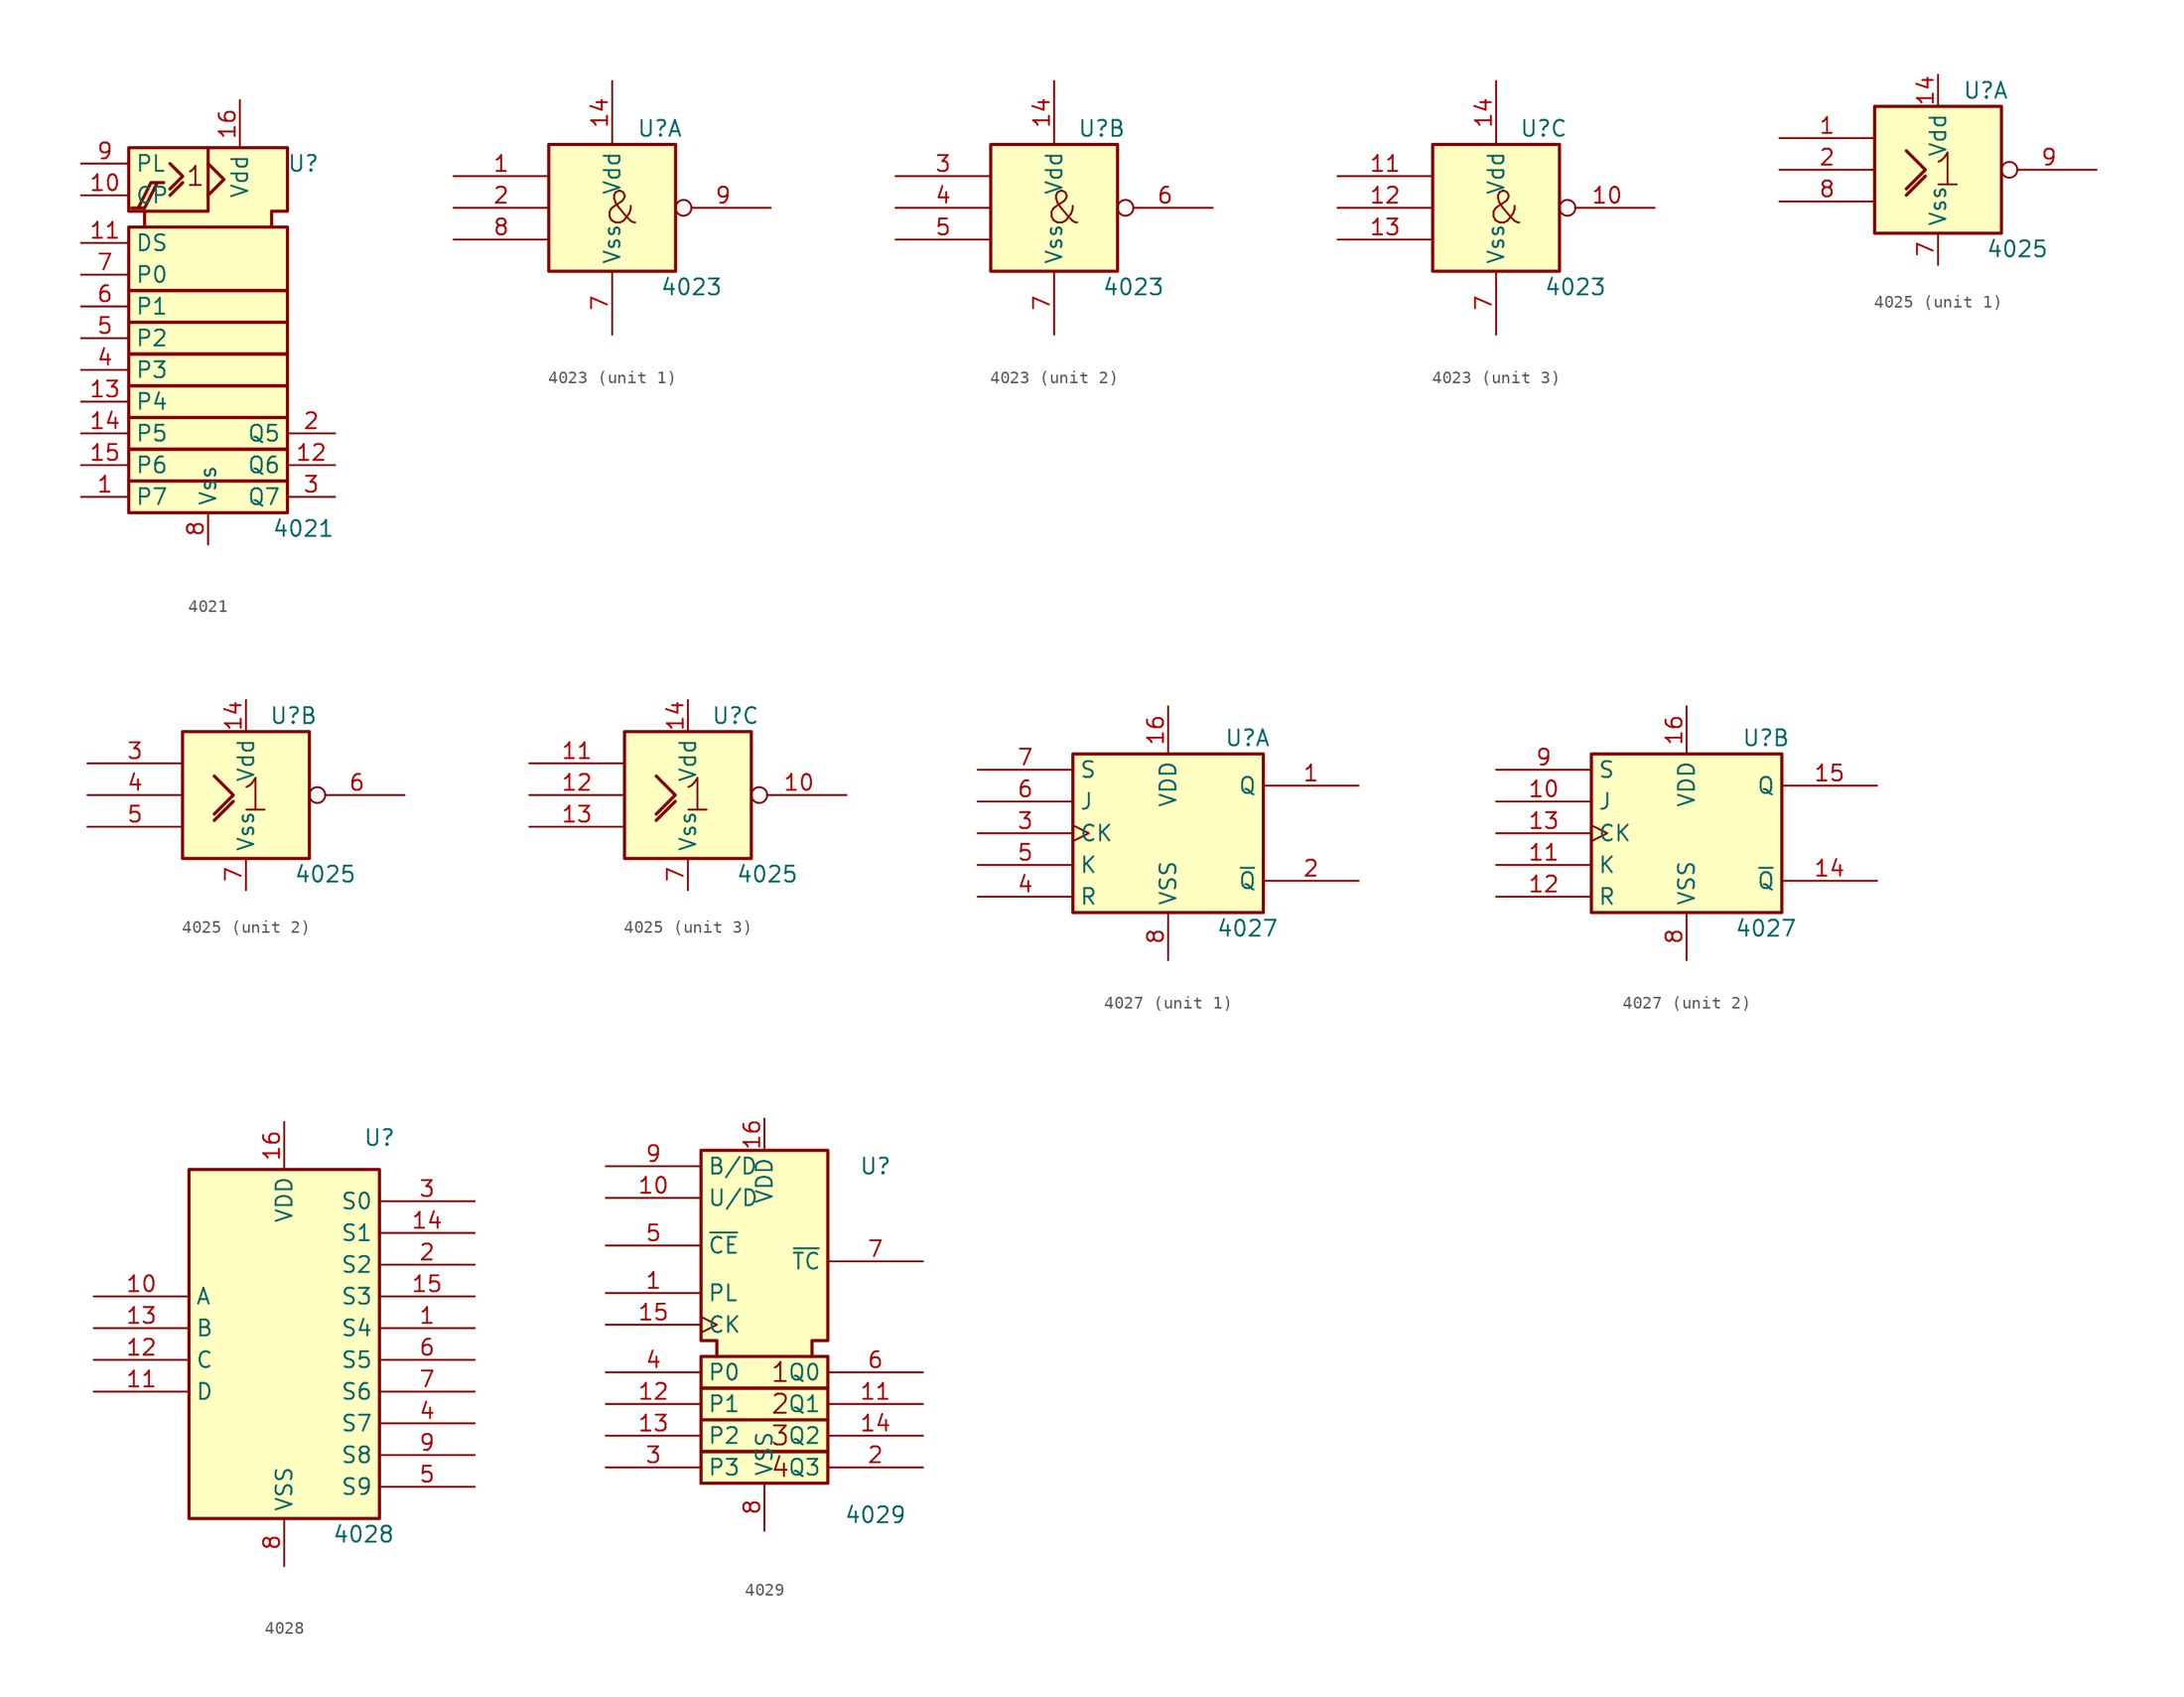
<source format=kicad_sym>
(kicad_symbol_lib
  (version 20241209)
  (generator "kicad_symbol_editor")
  (generator_version "9.0")
  (symbol "4021"
    (property "Reference" "U"
      (at 7.62 7.62 0)
      (effects (font (size 1.27 1.27))))
    (property "Value" "4021"
      (at 7.62 -21.59 0)
      (effects (font (size 1.27 1.27))))
    (symbol "4021_0_0"
      (polyline (pts (xy -6.096 4.064) (xy -5.08 4.064) (xy -4.064 6.096) (xy -3.556 6.096) (xy -4.572 6.096) (xy -5.588 4.064) (xy -5.588 4.064)) (stroke (width 0.254) (type default)) (fill (type background)))
      (text "1" (at -1.016 6.604 0) (effects (font (size 1.524 1.524)))))
    (symbol "4021_0_1"
      (rectangle (start -6.35 2.54) (end 6.35 -2.54) (stroke (width 0.254) (type default)) (fill (type background)))
      (rectangle (start -6.35 -2.54) (end 6.35 -5.08) (stroke (width 0.254) (type default)) (fill (type background)))
      (rectangle (start -6.35 -5.08) (end 6.35 -7.62) (stroke (width 0.254) (type default)) (fill (type background)))
      (rectangle (start -6.35 -7.62) (end 6.35 -10.16) (stroke (width 0.254) (type default)) (fill (type background)))
      (rectangle (start -6.35 -10.16) (end 6.35 -12.7) (stroke (width 0.254) (type default)) (fill (type background)))
      (rectangle (start -6.35 -12.7) (end 6.35 -15.24) (stroke (width 0.254) (type default)) (fill (type background)))
      (rectangle (start -6.35 -15.24) (end 6.35 -17.78) (stroke (width 0.254) (type default)) (fill (type background)))
      (rectangle (start -6.35 -17.78) (end 6.35 -20.32) (stroke (width 0.254) (type default)) (fill (type background)))
      (polyline (pts (xy -5.08 2.54) (xy -5.08 3.81) (xy -6.35 3.81) (xy -6.35 8.89) (xy 6.35 8.89) (xy 6.35 3.81) (xy 5.08 3.81) (xy 5.08 2.54) (xy 5.08 2.54)) (stroke (width 0.254) (type default)) (fill (type background)))
      (polyline (pts (xy -3.048 7.62) (xy -2.032 6.604) (xy -3.048 5.588) (xy -3.048 5.588)) (stroke (width 0.254) (type default)) (fill (type background)))
      (polyline (pts (xy -3.048 5.08) (xy -2.032 6.096) (xy -2.032 6.096)) (stroke (width 0.254) (type default)) (fill (type background)))
      (polyline (pts (xy 0 8.89) (xy 0 3.81) (xy -5.08 3.81) (xy -5.08 3.81)) (stroke (width 0.254) (type default)) (fill (type background)))
      (polyline (pts (xy 0 7.62) (xy 1.27 6.35) (xy 0 5.08) (xy 0 5.08)) (stroke (width 0.254) (type default)) (fill (type background)))
      (pin power_in line (at 0 -22.86 90) (length 2.54) (name "Vss" (effects (font (size 1.27 1.27)))) (number "8" (effects (font (size 1.27 1.27)))))
      (pin power_in line (at 2.54 12.7 270) (length 3.81) (name "Vdd" (effects (font (size 1.27 1.27)))) (number "16" (effects (font (size 1.27 1.27))))))
    (symbol "4021_1_1"
      (pin output line (at -10.16 7.62 0) (length 3.81) (name "PL" (effects (font (size 1.27 1.27)))) (number "9" (effects (font (size 1.27 1.27)))))
      (pin output line (at -10.16 5.08 0) (length 3.81) (name "CP" (effects (font (size 1.27 1.27)))) (number "10" (effects (font (size 1.27 1.27)))))
      (pin output line (at -10.16 1.27 0) (length 3.81) (name "DS" (effects (font (size 1.27 1.27)))) (number "11" (effects (font (size 1.27 1.27)))))
      (pin input line (at -10.16 -1.27 0) (length 3.81) (name "P0" (effects (font (size 1.27 1.27)))) (number "7" (effects (font (size 1.27 1.27)))))
      (pin input line (at -10.16 -3.81 0) (length 3.81) (name "P1" (effects (font (size 1.27 1.27)))) (number "6" (effects (font (size 1.27 1.27)))))
      (pin input line (at -10.16 -6.35 0) (length 3.81) (name "P2" (effects (font (size 1.27 1.27)))) (number "5" (effects (font (size 1.27 1.27)))))
      (pin input line (at -10.16 -8.89 0) (length 3.81) (name "P3" (effects (font (size 1.27 1.27)))) (number "4" (effects (font (size 1.27 1.27)))))
      (pin input line (at -10.16 -11.43 0) (length 3.81) (name "P4" (effects (font (size 1.27 1.27)))) (number "13" (effects (font (size 1.27 1.27)))))
      (pin input line (at -10.16 -13.97 0) (length 3.81) (name "P5" (effects (font (size 1.27 1.27)))) (number "14" (effects (font (size 1.27 1.27)))))
      (pin input line (at -10.16 -16.51 0) (length 3.81) (name "P6" (effects (font (size 1.27 1.27)))) (number "15" (effects (font (size 1.27 1.27)))))
      (pin input line (at -10.16 -19.05 0) (length 3.81) (name "P7" (effects (font (size 1.27 1.27)))) (number "1" (effects (font (size 1.27 1.27)))))
      (pin output line (at 10.16 -13.97 180) (length 3.81) (name "Q5" (effects (font (size 1.27 1.27)))) (number "2" (effects (font (size 1.27 1.27)))))
      (pin output line (at 10.16 -16.51 180) (length 3.81) (name "Q6" (effects (font (size 1.27 1.27)))) (number "12" (effects (font (size 1.27 1.27)))))
      (pin output line (at 10.16 -19.05 180) (length 3.81) (name "Q7" (effects (font (size 1.27 1.27)))) (number "3" (effects (font (size 1.27 1.27)))))))
  (symbol "4023"
    (property "Reference" "U"
      (at 3.81 6.35 0)
      (effects (font (size 1.27 1.27))))
    (property "Value" "4023"
      (at 6.35 -6.35 0)
      (effects (font (size 1.27 1.27))))
    (symbol "4023_0_0"
      (rectangle (start -5.08 5.08) (end 5.08 -5.08) (stroke (width 0.254) (type default)) (fill (type background)))
      (text "&" (at 0.762 0 0) (effects (font (size 2.54 2.54)))))
    (symbol "4023_0_1"
      (pin power_in line (at 0 10.16 270) (length 5.08) (name "Vdd" (effects (font (size 1.27 1.27)))) (number "14" (effects (font (size 1.27 1.27)))))
      (pin power_in line (at 0 -10.16 90) (length 5.08) (name "Vss" (effects (font (size 1.27 1.27)))) (number "7" (effects (font (size 1.27 1.27))))))
    (symbol "4023_1_1"
      (pin input line (at -12.7 2.54 0) (length 7.62) (name "~" (effects (font (size 1.27 1.27)))) (number "1" (effects (font (size 1.27 1.27)))))
      (pin input line (at -12.7 0 0) (length 7.62) (name "~" (effects (font (size 1.27 1.27)))) (number "2" (effects (font (size 1.27 1.27)))))
      (pin input line (at -12.7 -2.54 0) (length 7.62) (name "~" (effects (font (size 1.27 1.27)))) (number "8" (effects (font (size 1.27 1.27)))))
      (pin output inverted (at 12.7 0 180) (length 7.62) (name "~" (effects (font (size 1.27 1.27)))) (number "9" (effects (font (size 1.27 1.27))))))
    (symbol "4023_2_1"
      (pin input line (at -12.7 2.54 0) (length 7.62) (name "~" (effects (font (size 1.27 1.27)))) (number "3" (effects (font (size 1.27 1.27)))))
      (pin input line (at -12.7 0 0) (length 7.62) (name "~" (effects (font (size 1.27 1.27)))) (number "4" (effects (font (size 1.27 1.27)))))
      (pin input line (at -12.7 -2.54 0) (length 7.62) (name "~" (effects (font (size 1.27 1.27)))) (number "5" (effects (font (size 1.27 1.27)))))
      (pin output inverted (at 12.7 0 180) (length 7.62) (name "~" (effects (font (size 1.27 1.27)))) (number "6" (effects (font (size 1.27 1.27))))))
    (symbol "4023_3_1"
      (pin input line (at -12.7 2.54 0) (length 7.62) (name "~" (effects (font (size 1.27 1.27)))) (number "11" (effects (font (size 1.27 1.27)))))
      (pin input line (at -12.7 0 0) (length 7.62) (name "~" (effects (font (size 1.27 1.27)))) (number "12" (effects (font (size 1.27 1.27)))))
      (pin input line (at -12.7 -2.54 0) (length 7.62) (name "~" (effects (font (size 1.27 1.27)))) (number "13" (effects (font (size 1.27 1.27)))))
      (pin output inverted (at 12.7 0 180) (length 7.62) (name "~" (effects (font (size 1.27 1.27)))) (number "10" (effects (font (size 1.27 1.27)))))))
  (symbol "4025"
    (property "Reference" "U"
      (at 3.81 6.35 0)
      (effects (font (size 1.27 1.27))))
    (property "Value" "4025"
      (at 6.35 -6.35 0)
      (effects (font (size 1.27 1.27))))
    (symbol "4025_0_0"
      (rectangle (start -5.08 5.08) (end 5.08 -5.08) (stroke (width 0.254) (type default)) (fill (type background)))
      (polyline (pts (xy -2.54 1.524) (xy -1.016 0) (xy -2.54 -1.524) (xy -2.54 -1.524)) (stroke (width 0.254) (type default)) (fill (type background)))
      (polyline (pts (xy -2.54 -2.032) (xy -1.016 -0.508) (xy -1.016 -0.508)) (stroke (width 0.254) (type default)) (fill (type background)))
      (text "1" (at 0.762 0 0) (effects (font (size 2.54 2.54))))
      (pin power_in line (at 0 7.62 270) (length 2.54) (name "Vdd" (effects (font (size 1.27 1.27)))) (number "14" (effects (font (size 1.27 1.27)))))
      (pin power_in line (at 0 -7.62 90) (length 2.54) (name "Vss" (effects (font (size 1.27 1.27)))) (number "7" (effects (font (size 1.27 1.27))))))
    (symbol "4025_1_1"
      (pin input line (at -12.7 2.54 0) (length 7.62) (name "~" (effects (font (size 1.27 1.27)))) (number "1" (effects (font (size 1.27 1.27)))))
      (pin input line (at -12.7 0 0) (length 7.62) (name "~" (effects (font (size 1.27 1.27)))) (number "2" (effects (font (size 1.27 1.27)))))
      (pin input line (at -12.7 -2.54 0) (length 7.62) (name "~" (effects (font (size 1.27 1.27)))) (number "8" (effects (font (size 1.27 1.27)))))
      (pin output inverted (at 12.7 0 180) (length 7.62) (name "~" (effects (font (size 1.27 1.27)))) (number "9" (effects (font (size 1.27 1.27))))))
    (symbol "4025_2_1"
      (pin input line (at -12.7 2.54 0) (length 7.62) (name "~" (effects (font (size 1.27 1.27)))) (number "3" (effects (font (size 1.27 1.27)))))
      (pin input line (at -12.7 0 0) (length 7.62) (name "~" (effects (font (size 1.27 1.27)))) (number "4" (effects (font (size 1.27 1.27)))))
      (pin input line (at -12.7 -2.54 0) (length 7.62) (name "~" (effects (font (size 1.27 1.27)))) (number "5" (effects (font (size 1.27 1.27)))))
      (pin output inverted (at 12.7 0 180) (length 7.62) (name "~" (effects (font (size 1.27 1.27)))) (number "6" (effects (font (size 1.27 1.27))))))
    (symbol "4025_3_1"
      (pin input line (at -12.7 2.54 0) (length 7.62) (name "~" (effects (font (size 1.27 1.27)))) (number "11" (effects (font (size 1.27 1.27)))))
      (pin input line (at -12.7 0 0) (length 7.62) (name "~" (effects (font (size 1.27 1.27)))) (number "12" (effects (font (size 1.27 1.27)))))
      (pin input line (at -12.7 -2.54 0) (length 7.62) (name "~" (effects (font (size 1.27 1.27)))) (number "13" (effects (font (size 1.27 1.27)))))
      (pin output inverted (at 12.7 0 180) (length 7.62) (name "~" (effects (font (size 1.27 1.27)))) (number "10" (effects (font (size 1.27 1.27)))))))
  (symbol "4027"
    (property "Reference" "U"
      (at 6.35 7.62 0)
      (effects (font (size 1.27 1.27))))
    (property "Value" "4027"
      (at 6.35 -7.62 0)
      (effects (font (size 1.27 1.27))))
    (symbol "4027_0_0"
      (pin power_in line (at 0 10.16 270) (length 3.81) (name "VDD" (effects (font (size 1.27 1.27)))) (number "16" (effects (font (size 1.27 1.27)))))
      (pin power_in line (at 0 -10.16 90) (length 3.81) (name "VSS" (effects (font (size 1.27 1.27)))) (number "8" (effects (font (size 1.27 1.27))))))
    (symbol "4027_0_1"
      (rectangle (start -7.62 6.35) (end 7.62 -6.35) (stroke (width 0.254) (type default)) (fill (type background))))
    (symbol "4027_1_1"
      (pin input line (at -15.24 5.08 0) (length 7.62) (name "S" (effects (font (size 1.27 1.27)))) (number "7" (effects (font (size 1.27 1.27)))))
      (pin input line (at -15.24 2.54 0) (length 7.62) (name "J" (effects (font (size 1.27 1.27)))) (number "6" (effects (font (size 1.27 1.27)))))
      (pin input clock (at -15.24 0 0) (length 7.62) (name "CK" (effects (font (size 1.27 1.27)))) (number "3" (effects (font (size 1.27 1.27)))))
      (pin input line (at -15.24 -2.54 0) (length 7.62) (name "K" (effects (font (size 1.27 1.27)))) (number "5" (effects (font (size 1.27 1.27)))))
      (pin input line (at -15.24 -5.08 0) (length 7.62) (name "R" (effects (font (size 1.27 1.27)))) (number "4" (effects (font (size 1.27 1.27)))))
      (pin output line (at 15.24 3.81 180) (length 7.62) (name "Q" (effects (font (size 1.27 1.27)))) (number "1" (effects (font (size 1.27 1.27)))))
      (pin output line (at 15.24 -3.81 180) (length 7.62) (name "~{Q}" (effects (font (size 1.27 1.27)))) (number "2" (effects (font (size 1.27 1.27))))))
    (symbol "4027_2_1"
      (pin input line (at -15.24 5.08 0) (length 7.62) (name "S" (effects (font (size 1.27 1.27)))) (number "9" (effects (font (size 1.27 1.27)))))
      (pin input line (at -15.24 2.54 0) (length 7.62) (name "J" (effects (font (size 1.27 1.27)))) (number "10" (effects (font (size 1.27 1.27)))))
      (pin input clock (at -15.24 0 0) (length 7.62) (name "CK" (effects (font (size 1.27 1.27)))) (number "13" (effects (font (size 1.27 1.27)))))
      (pin input line (at -15.24 -2.54 0) (length 7.62) (name "K" (effects (font (size 1.27 1.27)))) (number "11" (effects (font (size 1.27 1.27)))))
      (pin input line (at -15.24 -5.08 0) (length 7.62) (name "R" (effects (font (size 1.27 1.27)))) (number "12" (effects (font (size 1.27 1.27)))))
      (pin output line (at 15.24 3.81 180) (length 7.62) (name "Q" (effects (font (size 1.27 1.27)))) (number "15" (effects (font (size 1.27 1.27)))))
      (pin output line (at 15.24 -3.81 180) (length 7.62) (name "~{Q}" (effects (font (size 1.27 1.27)))) (number "14" (effects (font (size 1.27 1.27)))))))
  (symbol "4028"
    (property "Reference" "U"
      (at 7.62 16.51 0)
      (effects (font (size 1.27 1.27))))
    (property "Value" "4028"
      (at 6.35 -15.24 0)
      (effects (font (size 1.27 1.27))))
    (symbol "4028_0_0"
      (pin power_in line (at 0 17.78 270) (length 3.81) (name "VDD" (effects (font (size 1.27 1.27)))) (number "16" (effects (font (size 1.27 1.27))))))
    (symbol "4028_0_1"
      (rectangle (start -7.62 13.97) (end 7.62 -13.97) (stroke (width 0.254) (type default)) (fill (type background)))
      (pin power_in line (at 0 -17.78 90) (length 3.81) (name "VSS" (effects (font (size 1.27 1.27)))) (number "8" (effects (font (size 1.27 1.27))))))
    (symbol "4028_1_1"
      (pin input line (at -15.24 3.81 0) (length 7.62) (name "A" (effects (font (size 1.27 1.27)))) (number "10" (effects (font (size 1.27 1.27)))))
      (pin input line (at -15.24 1.27 0) (length 7.62) (name "B" (effects (font (size 1.27 1.27)))) (number "13" (effects (font (size 1.27 1.27)))))
      (pin input line (at -15.24 -1.27 0) (length 7.62) (name "C" (effects (font (size 1.27 1.27)))) (number "12" (effects (font (size 1.27 1.27)))))
      (pin input line (at -15.24 -3.81 0) (length 7.62) (name "D" (effects (font (size 1.27 1.27)))) (number "11" (effects (font (size 1.27 1.27)))))
      (pin output line (at 15.24 11.43 180) (length 7.62) (name "S0" (effects (font (size 1.27 1.27)))) (number "3" (effects (font (size 1.27 1.27)))))
      (pin output line (at 15.24 8.89 180) (length 7.62) (name "S1" (effects (font (size 1.27 1.27)))) (number "14" (effects (font (size 1.27 1.27)))))
      (pin output line (at 15.24 6.35 180) (length 7.62) (name "S2" (effects (font (size 1.27 1.27)))) (number "2" (effects (font (size 1.27 1.27)))))
      (pin output line (at 15.24 3.81 180) (length 7.62) (name "S3" (effects (font (size 1.27 1.27)))) (number "15" (effects (font (size 1.27 1.27)))))
      (pin output line (at 15.24 1.27 180) (length 7.62) (name "S4" (effects (font (size 1.27 1.27)))) (number "1" (effects (font (size 1.27 1.27)))))
      (pin output line (at 15.24 -1.27 180) (length 7.62) (name "S5" (effects (font (size 1.27 1.27)))) (number "6" (effects (font (size 1.27 1.27)))))
      (pin output line (at 15.24 -3.81 180) (length 7.62) (name "S6" (effects (font (size 1.27 1.27)))) (number "7" (effects (font (size 1.27 1.27)))))
      (pin output line (at 15.24 -6.35 180) (length 7.62) (name "S7" (effects (font (size 1.27 1.27)))) (number "4" (effects (font (size 1.27 1.27)))))
      (pin output line (at 15.24 -8.89 180) (length 7.62) (name "S8" (effects (font (size 1.27 1.27)))) (number "9" (effects (font (size 1.27 1.27)))))
      (pin output line (at 15.24 -11.43 180) (length 7.62) (name "S9" (effects (font (size 1.27 1.27)))) (number "5" (effects (font (size 1.27 1.27)))))))
  (symbol "4029"
    (property "Reference" "U"
      (at 8.89 8.89 0)
      (effects (font (size 1.27 1.27))))
    (property "Value" "4029"
      (at 8.89 -19.05 0)
      (effects (font (size 1.27 1.27))))
    (symbol "4029_0_0"
      (rectangle (start -5.08 -6.35) (end 5.08 -8.89) (stroke (width 0.254) (type default)) (fill (type background)))
      (rectangle (start -5.08 -8.89) (end 5.08 -11.43) (stroke (width 0.254) (type default)) (fill (type background)))
      (rectangle (start -5.08 -11.43) (end 5.08 -13.97) (stroke (width 0.254) (type default)) (fill (type background)))
      (rectangle (start -5.08 -13.97) (end 5.08 -16.51) (stroke (width 0.254) (type default)) (fill (type background)))
      (polyline (pts (xy -3.81 -6.35) (xy -3.81 -5.08) (xy -5.08 -5.08) (xy -5.08 10.16) (xy 5.08 10.16) (xy 5.08 -5.08) (xy 3.81 -5.08) (xy 3.81 -6.35) (xy 3.81 -6.35)) (stroke (width 0.254) (type default)) (fill (type background)))
      (text "1" (at 1.27 -7.62 0) (effects (font (size 1.524 1.524))))
      (text "2" (at 1.27 -10.16 0) (effects (font (size 1.524 1.524))))
      (text "3" (at 1.27 -12.7 0) (effects (font (size 1.524 1.524))))
      (text "4" (at 1.27 -15.24 0) (effects (font (size 1.524 1.524)))))
    (symbol "4029_1_1"
      (pin input line (at -12.7 8.89 0) (length 7.62) (name "B/D" (effects (font (size 1.27 1.27)))) (number "9" (effects (font (size 1.27 1.27)))))
      (pin input line (at -12.7 6.35 0) (length 7.62) (name "U/D" (effects (font (size 1.27 1.27)))) (number "10" (effects (font (size 1.27 1.27)))))
      (pin input line (at -12.7 2.54 0) (length 7.62) (name "~{CE}" (effects (font (size 1.27 1.27)))) (number "5" (effects (font (size 1.27 1.27)))))
      (pin input line (at -12.7 -1.27 0) (length 7.62) (name "PL" (effects (font (size 1.27 1.27)))) (number "1" (effects (font (size 1.27 1.27)))))
      (pin input clock (at -12.7 -3.81 0) (length 7.62) (name "CK" (effects (font (size 1.27 1.27)))) (number "15" (effects (font (size 1.27 1.27)))))
      (pin input line (at -12.7 -7.62 0) (length 7.62) (name "P0" (effects (font (size 1.27 1.27)))) (number "4" (effects (font (size 1.27 1.27)))))
      (pin input line (at -12.7 -10.16 0) (length 7.62) (name "P1" (effects (font (size 1.27 1.27)))) (number "12" (effects (font (size 1.27 1.27)))))
      (pin input line (at -12.7 -12.7 0) (length 7.62) (name "P2" (effects (font (size 1.27 1.27)))) (number "13" (effects (font (size 1.27 1.27)))))
      (pin input line (at -12.7 -15.24 0) (length 7.62) (name "P3" (effects (font (size 1.27 1.27)))) (number "3" (effects (font (size 1.27 1.27)))))
      (pin power_in line (at 0 12.7 270) (length 2.54) (name "VDD" (effects (font (size 1.27 1.27)))) (number "16" (effects (font (size 1.27 1.27)))))
      (pin power_in line (at 0 -20.32 90) (length 3.81) (name "VSS" (effects (font (size 1.27 1.27)))) (number "8" (effects (font (size 1.27 1.27)))))
      (pin output line (at 12.7 1.27 180) (length 7.62) (name "~{TC}" (effects (font (size 1.27 1.27)))) (number "7" (effects (font (size 1.27 1.27)))))
      (pin output line (at 12.7 -7.62 180) (length 7.62) (name "Q0" (effects (font (size 1.27 1.27)))) (number "6" (effects (font (size 1.27 1.27)))))
      (pin output line (at 12.7 -10.16 180) (length 7.62) (name "Q1" (effects (font (size 1.27 1.27)))) (number "11" (effects (font (size 1.27 1.27)))))
      (pin output line (at 12.7 -12.7 180) (length 7.62) (name "Q2" (effects (font (size 1.27 1.27)))) (number "14" (effects (font (size 1.27 1.27)))))
      (pin output line (at 12.7 -15.24 180) (length 7.62) (name "Q3" (effects (font (size 1.27 1.27)))) (number "2" (effects (font (size 1.27 1.27))))))))
</source>
